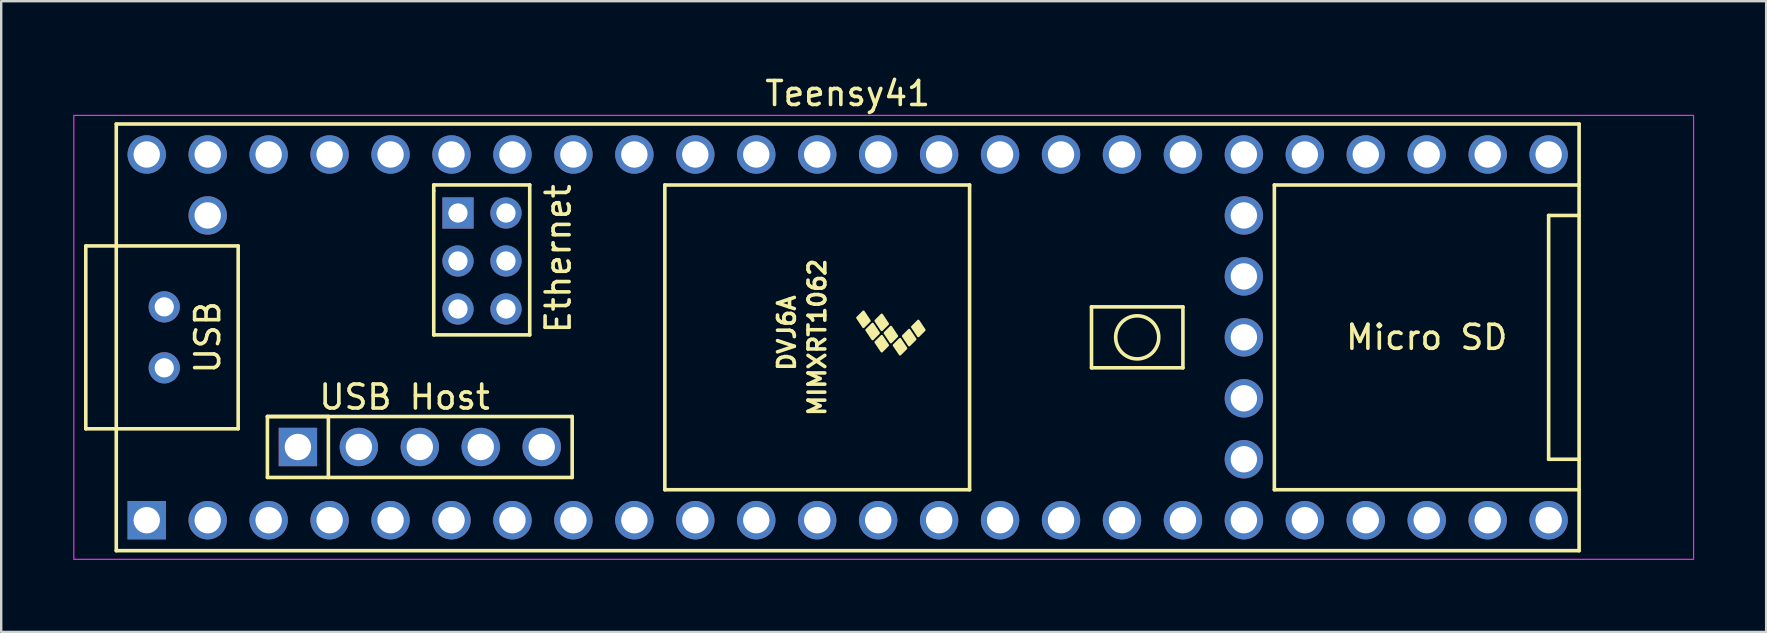
<source format=kicad_pcb>
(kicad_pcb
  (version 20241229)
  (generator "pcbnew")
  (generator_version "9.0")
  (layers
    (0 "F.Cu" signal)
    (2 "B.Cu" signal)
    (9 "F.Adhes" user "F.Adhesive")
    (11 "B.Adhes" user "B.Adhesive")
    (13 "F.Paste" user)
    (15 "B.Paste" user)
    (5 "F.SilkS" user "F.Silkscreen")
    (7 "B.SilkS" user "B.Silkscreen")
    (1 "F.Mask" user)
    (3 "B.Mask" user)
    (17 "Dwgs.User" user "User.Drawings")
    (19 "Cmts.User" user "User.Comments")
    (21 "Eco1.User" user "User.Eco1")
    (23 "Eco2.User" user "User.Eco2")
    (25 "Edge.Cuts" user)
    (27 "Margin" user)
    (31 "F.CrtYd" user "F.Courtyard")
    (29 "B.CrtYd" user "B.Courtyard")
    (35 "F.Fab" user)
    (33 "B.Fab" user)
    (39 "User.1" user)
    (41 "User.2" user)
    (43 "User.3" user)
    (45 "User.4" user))
  (footprint "Teensy41"
    (layer "F.Cu")
    (at 32.275 11.008)
    (property "Reference" "Teensy41" (at 0 -10.16 0) (layer "F.SilkS") (effects (font (size 1 1) (thickness 0.15))))
    (attr through_hole)
    (fp_line (start -31.75 -3.81) (end -30.48 -3.81) (stroke (width 0.15) (type solid)) (layer "F.SilkS"))
    (fp_line (start -31.75 3.81) (end -31.75 -3.81) (stroke (width 0.15) (type solid)) (layer "F.SilkS"))
    (fp_line (start -30.48 -8.89) (end 30.48 -8.89) (stroke (width 0.15) (type solid)) (layer "F.SilkS"))
    (fp_line (start -30.48 3.81) (end -31.75 3.81) (stroke (width 0.15) (type solid)) (layer "F.SilkS"))
    (fp_line (start -30.48 8.89) (end -30.48 -8.89) (stroke (width 0.15) (type solid)) (layer "F.SilkS"))
    (fp_line (start -25.4 -3.81) (end -30.48 -3.81) (stroke (width 0.15) (type solid)) (layer "F.SilkS"))
    (fp_line (start -25.4 3.81) (end -30.48 3.81) (stroke (width 0.15) (type solid)) (layer "F.SilkS"))
    (fp_line (start -25.4 3.81) (end -25.4 -3.81) (stroke (width 0.15) (type solid)) (layer "F.SilkS"))
    (fp_line (start -24.181 3.299) (end -21.641 3.299) (stroke (width 0.15) (type solid)) (layer "F.SilkS"))
    (fp_line (start -24.181 3.299) (end -11.481 3.299) (stroke (width 0.15) (type solid)) (layer "F.SilkS"))
    (fp_line (start -24.181 5.839) (end -24.181 3.299) (stroke (width 0.15) (type solid)) (layer "F.SilkS"))
    (fp_line (start -21.641 3.299) (end -21.641 5.839) (stroke (width 0.15) (type solid)) (layer "F.SilkS"))
    (fp_line (start -17.25 -6.352) (end -17.25 -6.102) (stroke (width 0.15) (type solid)) (layer "F.SilkS"))
    (fp_line (start -17.25 -6.102) (end -17.25 -0.102) (stroke (width 0.15) (type solid)) (layer "F.SilkS"))
    (fp_line (start -17.25 -0.102) (end -13.25 -0.102) (stroke (width 0.15) (type solid)) (layer "F.SilkS"))
    (fp_line (start -13.25 -6.352) (end -17.25 -6.352) (stroke (width 0.15) (type solid)) (layer "F.SilkS"))
    (fp_line (start -13.25 -0.102) (end -13.25 -6.352) (stroke (width 0.15) (type solid)) (layer "F.SilkS"))
    (fp_line (start -11.481 3.299) (end -11.481 5.839) (stroke (width 0.15) (type solid)) (layer "F.SilkS"))
    (fp_line (start -11.481 5.839) (end -24.181 5.839) (stroke (width 0.15) (type solid)) (layer "F.SilkS"))
    (fp_line (start -7.62 -6.35) (end -7.62 6.35) (stroke (width 0.15) (type solid)) (layer "F.SilkS"))
    (fp_line (start -7.62 6.35) (end 5.08 6.35) (stroke (width 0.15) (type solid)) (layer "F.SilkS"))
    (fp_line (start 5.08 -6.35) (end -7.62 -6.35) (stroke (width 0.15) (type solid)) (layer "F.SilkS"))
    (fp_line (start 5.08 6.35) (end 5.08 -6.35) (stroke (width 0.15) (type solid)) (layer "F.SilkS"))
    (fp_line (start 10.16 -1.27) (end 13.97 -1.27) (stroke (width 0.15) (type solid)) (layer "F.SilkS"))
    (fp_line (start 10.16 1.27) (end 10.16 -1.27) (stroke (width 0.15) (type solid)) (layer "F.SilkS"))
    (fp_line (start 13.97 -1.27) (end 13.97 1.27) (stroke (width 0.15) (type solid)) (layer "F.SilkS"))
    (fp_line (start 13.97 1.27) (end 10.16 1.27) (stroke (width 0.15) (type solid)) (layer "F.SilkS"))
    (fp_line (start 17.78 -6.35) (end 17.78 6.35) (stroke (width 0.15) (type solid)) (layer "F.SilkS"))
    (fp_line (start 17.78 6.35) (end 30.48 6.35) (stroke (width 0.15) (type solid)) (layer "F.SilkS"))
    (fp_line (start 29.21 -5.08) (end 29.21 5.08) (stroke (width 0.15) (type solid)) (layer "F.SilkS"))
    (fp_line (start 29.21 5.08) (end 30.48 5.08) (stroke (width 0.15) (type solid)) (layer "F.SilkS"))
    (fp_line (start 30.48 -8.89) (end 30.48 8.89) (stroke (width 0.15) (type solid)) (layer "F.SilkS"))
    (fp_line (start 30.48 -6.35) (end 17.78 -6.35) (stroke (width 0.15) (type solid)) (layer "F.SilkS"))
    (fp_line (start 30.48 -5.08) (end 29.21 -5.08) (stroke (width 0.15) (type solid)) (layer "F.SilkS"))
    (fp_line (start 30.48 8.89) (end -30.48 8.89) (stroke (width 0.15) (type solid)) (layer "F.SilkS"))
    (fp_circle (center 12.065 0) (end 12.7 -0.635) (stroke (width 0.15) (type solid)) (fill no) (layer "F.SilkS"))
    (fp_poly (pts (xy 0.911 -0.688) (xy 0.657 -0.434) (xy 0.403 -0.815) (xy 0.657 -1.069)) (stroke (width 0.1) (type solid)) (fill yes) (layer "F.SilkS"))
    (fp_poly (pts (xy 1.292 -0.18) (xy 1.038 0.074) (xy 0.784 -0.307) (xy 1.038 -0.561)) (stroke (width 0.1) (type solid)) (fill yes) (layer "F.SilkS"))
    (fp_poly (pts (xy 1.673 -0.561) (xy 1.419 -0.307) (xy 1.165 -0.688) (xy 1.419 -0.942)) (stroke (width 0.1) (type solid)) (fill yes) (layer "F.SilkS"))
    (fp_poly (pts (xy 1.673 0.328) (xy 1.419 0.582) (xy 1.165 0.201) (xy 1.419 -0.053)) (stroke (width 0.1) (type solid)) (fill yes) (layer "F.SilkS"))
    (fp_poly (pts (xy 2.054 -0.053) (xy 1.8 0.201) (xy 1.546 -0.18) (xy 1.8 -0.434)) (stroke (width 0.1) (type solid)) (fill yes) (layer "F.SilkS"))
    (fp_poly (pts (xy 2.435 0.455) (xy 2.181 0.709) (xy 1.927 0.328) (xy 2.181 0.074)) (stroke (width 0.1) (type solid)) (fill yes) (layer "F.SilkS"))
    (fp_poly (pts (xy 2.816 0.074) (xy 2.562 0.328) (xy 2.308 -0.053) (xy 2.562 -0.307)) (stroke (width 0.1) (type solid)) (fill yes) (layer "F.SilkS"))
    (fp_poly (pts (xy 3.197 -0.307) (xy 2.943 -0.053) (xy 2.689 -0.434) (xy 2.943 -0.688)) (stroke (width 0.1) (type solid)) (fill yes) (layer "F.SilkS"))
    (fp_rect (start -32.25 -9.25) (end 35.25 9.25) (stroke (width 0.05) (type solid)) (fill no) (layer "F.CrtYd"))
    (fp_text user "USB" (at -26.67 0 270) (layer "F.SilkS") (effects (font (size 1 1) (thickness 0.15))))
    (fp_text user "Micro SD" (at 24.13 0 0) (layer "F.SilkS") (effects (font (size 1 1) (thickness 0.15))))
    (fp_text user "Ethernet" (at -12.065 -3.277 90) (layer "F.SilkS") (effects (font (size 1 1) (thickness 0.15))))
    (fp_text user "DVJ6A" (at -2.54 -0.18 270) (layer "F.SilkS") (effects (font (size 0.7 0.7) (thickness 0.15))))
    (fp_text user "USB Host" (at -18.466 2.489 0) (layer "F.SilkS") (effects (font (size 1 1) (thickness 0.15))))
    (fp_text user "MIMXRT1062" (at -1.27 0 270) (layer "F.SilkS") (effects (font (size 0.7 0.7) (thickness 0.15))))
    (pad "1" thru_hole rect (at -29.21 7.62) (size 1.6 1.6) (drill 1.1) (layers "*.Cu" "*.Mask"))
    (pad "2" thru_hole circle (at -26.67 7.62) (size 1.6 1.6) (drill 1.1) (layers "*.Cu" "*.Mask"))
    (pad "3" thru_hole circle (at -24.13 7.62) (size 1.6 1.6) (drill 1.1) (layers "*.Cu" "*.Mask"))
    (pad "4" thru_hole circle (at -21.59 7.62) (size 1.6 1.6) (drill 1.1) (layers "*.Cu" "*.Mask"))
    (pad "5" thru_hole circle (at -19.05 7.62) (size 1.6 1.6) (drill 1.1) (layers "*.Cu" "*.Mask"))
    (pad "6" thru_hole circle (at -16.51 7.62) (size 1.6 1.6) (drill 1.1) (layers "*.Cu" "*.Mask"))
    (pad "7" thru_hole circle (at -13.97 7.62) (size 1.6 1.6) (drill 1.1) (layers "*.Cu" "*.Mask"))
    (pad "8" thru_hole circle (at -11.43 7.62) (size 1.6 1.6) (drill 1.1) (layers "*.Cu" "*.Mask"))
    (pad "9" thru_hole circle (at -8.89 7.62) (size 1.6 1.6) (drill 1.1) (layers "*.Cu" "*.Mask"))
    (pad "10" thru_hole circle (at -6.35 7.62) (size 1.6 1.6) (drill 1.1) (layers "*.Cu" "*.Mask"))
    (pad "11" thru_hole circle (at -3.81 7.62) (size 1.6 1.6) (drill 1.1) (layers "*.Cu" "*.Mask"))
    (pad "12" thru_hole circle (at -1.27 7.62) (size 1.6 1.6) (drill 1.1) (layers "*.Cu" "*.Mask"))
    (pad "13" thru_hole circle (at 1.27 7.62) (size 1.6 1.6) (drill 1.1) (layers "*.Cu" "*.Mask"))
    (pad "14" thru_hole circle (at 3.81 7.62) (size 1.6 1.6) (drill 1.1) (layers "*.Cu" "*.Mask"))
    (pad "15" thru_hole circle (at 6.35 7.62) (size 1.6 1.6) (drill 1.1) (layers "*.Cu" "*.Mask"))
    (pad "16" thru_hole circle (at 8.89 7.62) (size 1.6 1.6) (drill 1.1) (layers "*.Cu" "*.Mask"))
    (pad "17" thru_hole circle (at 11.43 7.62) (size 1.6 1.6) (drill 1.1) (layers "*.Cu" "*.Mask"))
    (pad "18" thru_hole circle (at 13.97 7.62) (size 1.6 1.6) (drill 1.1) (layers "*.Cu" "*.Mask"))
    (pad "19" thru_hole circle (at 16.51 7.62) (size 1.6 1.6) (drill 1.1) (layers "*.Cu" "*.Mask"))
    (pad "20" thru_hole circle (at 19.05 7.62) (size 1.6 1.6) (drill 1.1) (layers "*.Cu" "*.Mask"))
    (pad "21" thru_hole circle (at 21.59 7.62) (size 1.6 1.6) (drill 1.1) (layers "*.Cu" "*.Mask"))
    (pad "22" thru_hole circle (at 24.13 7.62) (size 1.6 1.6) (drill 1.1) (layers "*.Cu" "*.Mask"))
    (pad "23" thru_hole circle (at 26.67 7.62) (size 1.6 1.6) (drill 1.1) (layers "*.Cu" "*.Mask"))
    (pad "24" thru_hole circle (at 29.21 7.62) (size 1.6 1.6) (drill 1.1) (layers "*.Cu" "*.Mask"))
    (pad "25" thru_hole circle (at 29.21 -7.62) (size 1.6 1.6) (drill 1.1) (layers "*.Cu" "*.Mask"))
    (pad "26" thru_hole circle (at 26.67 -7.62) (size 1.6 1.6) (drill 1.1) (layers "*.Cu" "*.Mask"))
    (pad "27" thru_hole circle (at 24.13 -7.62) (size 1.6 1.6) (drill 1.1) (layers "*.Cu" "*.Mask"))
    (pad "28" thru_hole circle (at 21.59 -7.62) (size 1.6 1.6) (drill 1.1) (layers "*.Cu" "*.Mask"))
    (pad "29" thru_hole circle (at 19.05 -7.62) (size 1.6 1.6) (drill 1.1) (layers "*.Cu" "*.Mask"))
    (pad "30" thru_hole circle (at 16.51 -7.62) (size 1.6 1.6) (drill 1.1) (layers "*.Cu" "*.Mask"))
    (pad "31" thru_hole circle (at 13.97 -7.62) (size 1.6 1.6) (drill 1.1) (layers "*.Cu" "*.Mask"))
    (pad "32" thru_hole circle (at 11.43 -7.62) (size 1.6 1.6) (drill 1.1) (layers "*.Cu" "*.Mask"))
    (pad "33" thru_hole circle (at 8.89 -7.62) (size 1.6 1.6) (drill 1.1) (layers "*.Cu" "*.Mask"))
    (pad "34" thru_hole circle (at 6.35 -7.62) (size 1.6 1.6) (drill 1.1) (layers "*.Cu" "*.Mask"))
    (pad "35" thru_hole circle (at 3.81 -7.62) (size 1.6 1.6) (drill 1.1) (layers "*.Cu" "*.Mask"))
    (pad "36" thru_hole circle (at 1.27 -7.62) (size 1.6 1.6) (drill 1.1) (layers "*.Cu" "*.Mask"))
    (pad "37" thru_hole circle (at -1.27 -7.62) (size 1.6 1.6) (drill 1.1) (layers "*.Cu" "*.Mask"))
    (pad "38" thru_hole circle (at -3.81 -7.62) (size 1.6 1.6) (drill 1.1) (layers "*.Cu" "*.Mask"))
    (pad "39" thru_hole circle (at -6.35 -7.62) (size 1.6 1.6) (drill 1.1) (layers "*.Cu" "*.Mask"))
    (pad "40" thru_hole circle (at -8.89 -7.62) (size 1.6 1.6) (drill 1.1) (layers "*.Cu" "*.Mask"))
    (pad "41" thru_hole circle (at -11.43 -7.62) (size 1.6 1.6) (drill 1.1) (layers "*.Cu" "*.Mask"))
    (pad "42" thru_hole circle (at -13.97 -7.62) (size 1.6 1.6) (drill 1.1) (layers "*.Cu" "*.Mask"))
    (pad "43" thru_hole circle (at -16.51 -7.62) (size 1.6 1.6) (drill 1.1) (layers "*.Cu" "*.Mask"))
    (pad "44" thru_hole circle (at -19.05 -7.62) (size 1.6 1.6) (drill 1.1) (layers "*.Cu" "*.Mask"))
    (pad "45" thru_hole circle (at -21.59 -7.62) (size 1.6 1.6) (drill 1.1) (layers "*.Cu" "*.Mask"))
    (pad "46" thru_hole circle (at -24.13 -7.62) (size 1.6 1.6) (drill 1.1) (layers "*.Cu" "*.Mask"))
    (pad "47" thru_hole circle (at -26.67 -7.62) (size 1.6 1.6) (drill 1.1) (layers "*.Cu" "*.Mask"))
    (pad "48" thru_hole circle (at -29.21 -7.62) (size 1.6 1.6) (drill 1.1) (layers "*.Cu" "*.Mask"))
    (pad "49" thru_hole circle (at -26.67 -5.08) (size 1.6 1.6) (drill 1.1) (layers "*.Cu" "*.Mask"))
    (pad "50" thru_hole circle (at 16.51 5.08) (size 1.6 1.6) (drill 1.1) (layers "*.Cu" "*.Mask"))
    (pad "51" thru_hole circle (at 16.51 2.54) (size 1.6 1.6) (drill 1.1) (layers "*.Cu" "*.Mask"))
    (pad "52" thru_hole circle (at 16.51 0) (size 1.6 1.6) (drill 1.1) (layers "*.Cu" "*.Mask"))
    (pad "53" thru_hole circle (at 16.51 -2.54) (size 1.6 1.6) (drill 1.1) (layers "*.Cu" "*.Mask"))
    (pad "54" thru_hole circle (at 16.51 -5.08) (size 1.6 1.6) (drill 1.1) (layers "*.Cu" "*.Mask"))
    (pad "55" thru_hole rect (at -22.911 4.569) (size 1.6 1.6) (drill 1.1) (layers "*.Cu" "*.Mask"))
    (pad "56" thru_hole circle (at -20.371 4.569) (size 1.6 1.6) (drill 1.1) (layers "*.Cu" "*.Mask"))
    (pad "57" thru_hole circle (at -17.831 4.569) (size 1.6 1.6) (drill 1.1) (layers "*.Cu" "*.Mask"))
    (pad "58" thru_hole circle (at -15.291 4.569) (size 1.6 1.6) (drill 1.1) (layers "*.Cu" "*.Mask"))
    (pad "59" thru_hole circle (at -12.751 4.569) (size 1.6 1.6) (drill 1.1) (layers "*.Cu" "*.Mask"))
    (pad "60" thru_hole rect (at -16.24 -5.182) (size 1.3 1.3) (drill 0.8) (layers "*.Cu" "*.Mask"))
    (pad "61" thru_hole circle (at -16.24 -3.182) (size 1.3 1.3) (drill 0.8) (layers "*.Cu" "*.Mask"))
    (pad "62" thru_hole circle (at -16.24 -1.182) (size 1.3 1.3) (drill 0.8) (layers "*.Cu" "*.Mask"))
    (pad "63" thru_hole circle (at -14.24 -1.182) (size 1.3 1.3) (drill 0.8) (layers "*.Cu" "*.Mask"))
    (pad "64" thru_hole circle (at -14.24 -3.182) (size 1.3 1.3) (drill 0.8) (layers "*.Cu" "*.Mask"))
    (pad "65" thru_hole circle (at -14.24 -5.182) (size 1.3 1.3) (drill 0.8) (layers "*.Cu" "*.Mask"))
    (pad "66" thru_hole circle (at -28.48 -1.27) (size 1.3 1.3) (drill 0.8) (layers "*.Cu" "*.Mask"))
    (pad "67" thru_hole circle (at -28.48 1.27) (size 1.3 1.3) (drill 0.8) (layers "*.Cu" "*.Mask")))
  (gr_rect
    (start -3 -3)
    (end 70.55 23.283)
    (stroke (width 0.1) (type default))
    (fill no)
    (layer "Edge.Cuts")))
</source>
